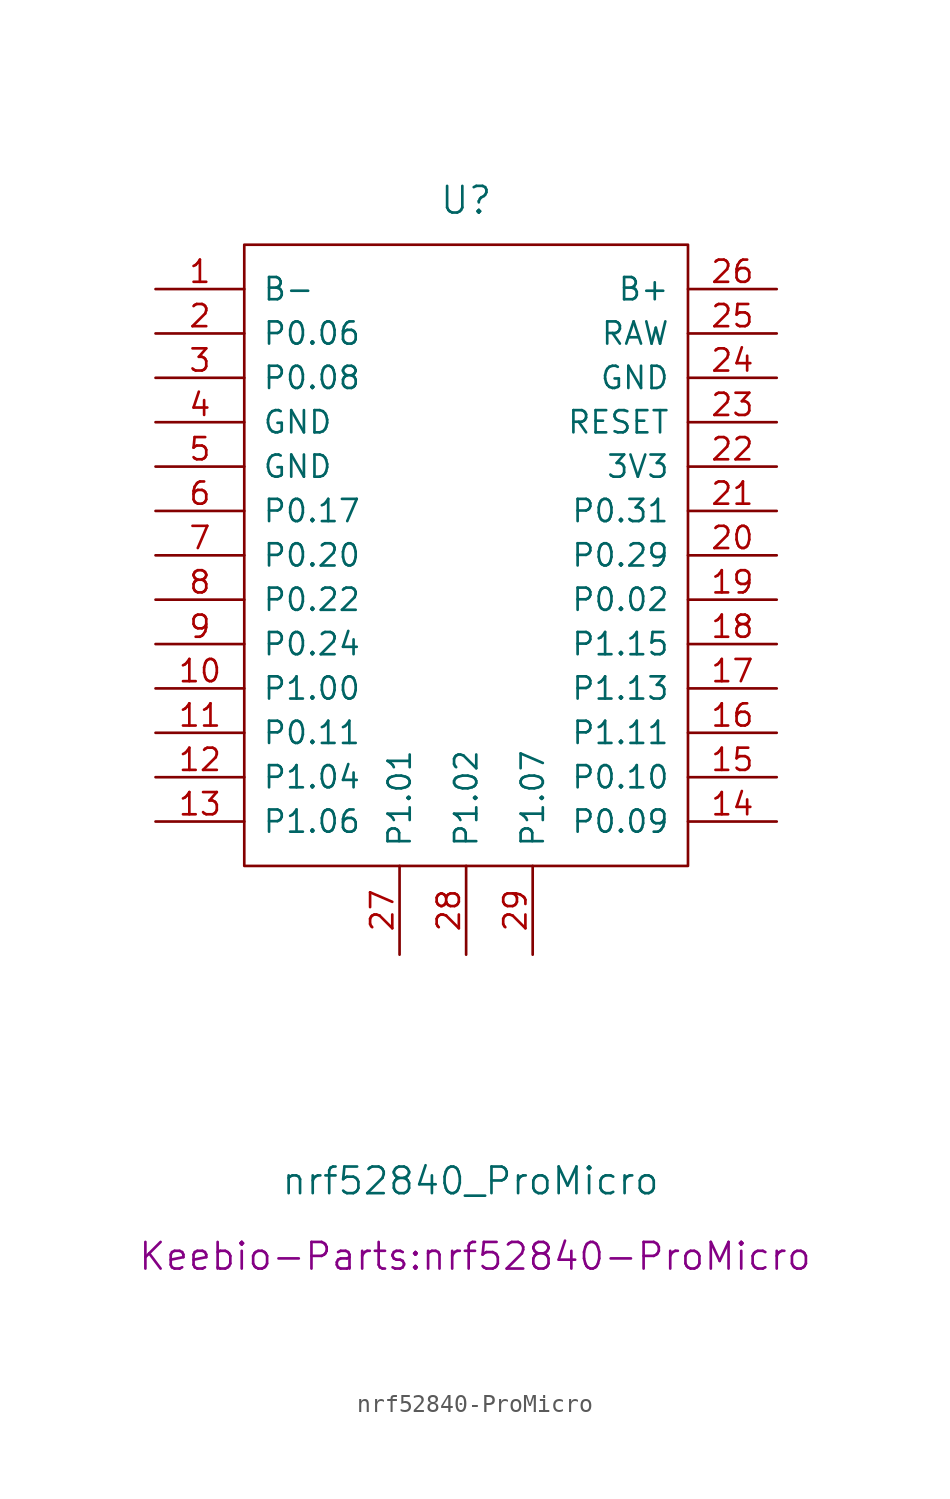
<source format=kicad_sym>
(kicad_symbol_lib
  (version 20231120)
  (generator "kicad_symbol_editor")
  (generator_version "8.0")
  (symbol "nrf52840-ProMicro"
    (pin_names
      (offset 1.016))
    (property "Reference" "U"
      (at 0 19.05 0)
      (effects (font (size 1.524 1.524))))
    (property "Value" "nrf52840_ProMicro"
      (at 0.254 -37.084 0)
      (effects (font (size 1.524 1.524))))
    (property "Footprint" "Keebio-Parts:nrf52840-ProMicro"
      (at 0.508 -41.402 0)
      (effects (font (size 1.524 1.524))))
    (property "Datasheet" ""
      (at 2.54 -26.67 0)
      (effects (font (size 1.524 1.524))))
    (symbol "nrf52840-ProMicro_0_1"
      (rectangle (start -12.7 16.51) (end 12.7 -19.05) (stroke (width 0) (type solid)) (fill (type none))))
    (symbol "nrf52840-ProMicro_1_1"
      (pin power_in line (at -17.78 13.97 0) (length 5.08) (name "B-" (effects (font (size 1.27 1.27)))) (number "1" (effects (font (size 1.27 1.27)))))
      (pin bidirectional line (at -17.78 -8.89 0) (length 5.08) (name "P1.00" (effects (font (size 1.27 1.27)))) (number "10" (effects (font (size 1.27 1.27)))))
      (pin bidirectional line (at -17.78 -11.43 0) (length 5.08) (name "P0.11" (effects (font (size 1.27 1.27)))) (number "11" (effects (font (size 1.27 1.27)))))
      (pin bidirectional line (at -17.78 -13.97 0) (length 5.08) (name "P1.04" (effects (font (size 1.27 1.27)))) (number "12" (effects (font (size 1.27 1.27)))))
      (pin bidirectional line (at -17.78 -16.51 0) (length 5.08) (name "P1.06" (effects (font (size 1.27 1.27)))) (number "13" (effects (font (size 1.27 1.27)))))
      (pin bidirectional line (at 17.78 -16.51 180) (length 5.08) (name "P0.09" (effects (font (size 1.27 1.27)))) (number "14" (effects (font (size 1.27 1.27)))))
      (pin bidirectional line (at 17.78 -13.97 180) (length 5.08) (name "P0.10" (effects (font (size 1.27 1.27)))) (number "15" (effects (font (size 1.27 1.27)))))
      (pin bidirectional line (at 17.78 -11.43 180) (length 5.08) (name "P1.11" (effects (font (size 1.27 1.27)))) (number "16" (effects (font (size 1.27 1.27)))))
      (pin bidirectional line (at 17.78 -8.89 180) (length 5.08) (name "P1.13" (effects (font (size 1.27 1.27)))) (number "17" (effects (font (size 1.27 1.27)))))
      (pin bidirectional line (at 17.78 -6.35 180) (length 5.08) (name "P1.15" (effects (font (size 1.27 1.27)))) (number "18" (effects (font (size 1.27 1.27)))))
      (pin bidirectional line (at 17.78 -3.81 180) (length 5.08) (name "P0.02" (effects (font (size 1.27 1.27)))) (number "19" (effects (font (size 1.27 1.27)))))
      (pin bidirectional line (at -17.78 11.43 0) (length 5.08) (name "P0.06" (effects (font (size 1.27 1.27)))) (number "2" (effects (font (size 1.27 1.27)))))
      (pin bidirectional line (at 17.78 -1.27 180) (length 5.08) (name "P0.29" (effects (font (size 1.27 1.27)))) (number "20" (effects (font (size 1.27 1.27)))))
      (pin bidirectional line (at 17.78 1.27 180) (length 5.08) (name "P0.31" (effects (font (size 1.27 1.27)))) (number "21" (effects (font (size 1.27 1.27)))))
      (pin power_out line (at 17.78 3.81 180) (length 5.08) (name "3V3" (effects (font (size 1.27 1.27)))) (number "22" (effects (font (size 1.27 1.27)))))
      (pin input line (at 17.78 6.35 180) (length 5.08) (name "RESET" (effects (font (size 1.27 1.27)))) (number "23" (effects (font (size 1.27 1.27)))))
      (pin power_in line (at 17.78 8.89 180) (length 5.08) (name "GND" (effects (font (size 1.27 1.27)))) (number "24" (effects (font (size 1.27 1.27)))))
      (pin power_out line (at 17.78 11.43 180) (length 5.08) (name "RAW" (effects (font (size 1.27 1.27)))) (number "25" (effects (font (size 1.27 1.27)))))
      (pin power_in line (at 17.78 13.97 180) (length 5.08) (name "B+" (effects (font (size 1.27 1.27)))) (number "26" (effects (font (size 1.27 1.27)))))
      (pin bidirectional line (at -3.81 -24.13 90) (length 5.08) (name "P1.01" (effects (font (size 1.27 1.27)))) (number "27" (effects (font (size 1.27 1.27)))))
      (pin bidirectional line (at 0 -24.13 90) (length 5.08) (name "P1.02" (effects (font (size 1.27 1.27)))) (number "28" (effects (font (size 1.27 1.27)))))
      (pin bidirectional line (at 3.81 -24.13 90) (length 5.08) (name "P1.07" (effects (font (size 1.27 1.27)))) (number "29" (effects (font (size 1.27 1.27)))))
      (pin bidirectional line (at -17.78 8.89 0) (length 5.08) (name "P0.08" (effects (font (size 1.27 1.27)))) (number "3" (effects (font (size 1.27 1.27)))))
      (pin power_in line (at -17.78 6.35 0) (length 5.08) (name "GND" (effects (font (size 1.27 1.27)))) (number "4" (effects (font (size 1.27 1.27)))))
      (pin power_in line (at -17.78 3.81 0) (length 5.08) (name "GND" (effects (font (size 1.27 1.27)))) (number "5" (effects (font (size 1.27 1.27)))))
      (pin bidirectional line (at -17.78 1.27 0) (length 5.08) (name "P0.17" (effects (font (size 1.27 1.27)))) (number "6" (effects (font (size 1.27 1.27)))))
      (pin bidirectional line (at -17.78 -1.27 0) (length 5.08) (name "P0.20" (effects (font (size 1.27 1.27)))) (number "7" (effects (font (size 1.27 1.27)))))
      (pin bidirectional line (at -17.78 -3.81 0) (length 5.08) (name "P0.22" (effects (font (size 1.27 1.27)))) (number "8" (effects (font (size 1.27 1.27)))))
      (pin bidirectional line (at -17.78 -6.35 0) (length 5.08) (name "P0.24" (effects (font (size 1.27 1.27)))) (number "9" (effects (font (size 1.27 1.27))))))))
</source>
